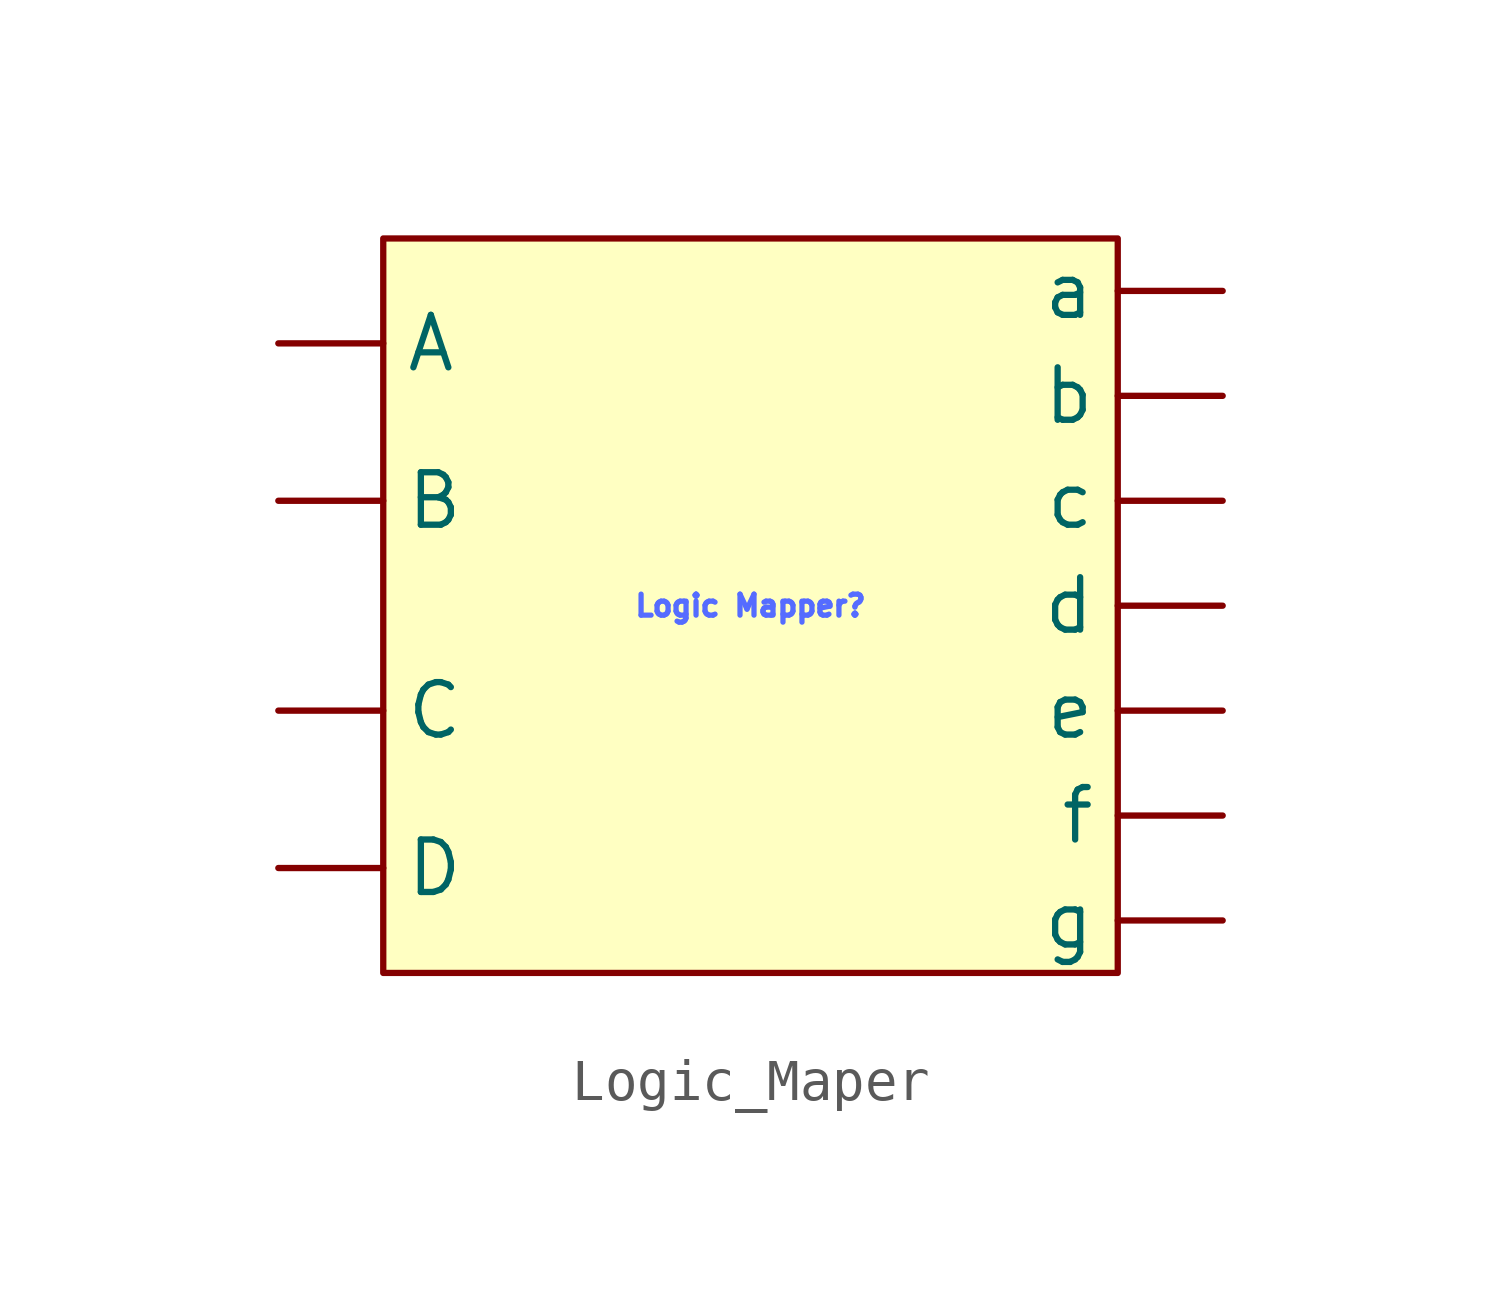
<source format=kicad_sym>
(kicad_symbol_lib
  (version 20231120)
  (generator "kicad_symbol_editor")
  (generator_version "8.0")
  (symbol "Logic_Maper"
    (property "Reference" "Logic Mapper"
      (at 0 0 0)
      (effects (font (size 0.508 0.508) (color 85 108 255 1))))
    (property "Value" ""
      (at 0 -2.54 0)
      (effects (font (size 1.27 1.27))))
    (symbol "Logic_Maper_1_1"
      (rectangle (start -8.89 8.89) (end 8.89 -8.89) (stroke (width 0) (type default)) (fill (type background)))
      (pin input line (at -11.43 6.35 0) (length 2.54) (name "A" (effects (font (size 1.27 1.27)))) (number "" (effects (font (size 1.27 1.27)))))
      (pin input line (at -11.43 2.54 0) (length 2.54) (name "B" (effects (font (size 1.27 1.27)))) (number "" (effects (font (size 1.27 1.27)))))
      (pin input line (at -11.43 -2.54 0) (length 2.54) (name "C" (effects (font (size 1.27 1.27)))) (number "" (effects (font (size 1.27 1.27)))))
      (pin input line (at -11.43 -6.35 0) (length 2.54) (name "D" (effects (font (size 1.27 1.27)))) (number "" (effects (font (size 1.27 1.27)))))
      (pin output line (at 11.43 7.62 180) (length 2.54) (name "a" (effects (font (size 1.27 1.27)))) (number "" (effects (font (size 1.27 1.27)))))
      (pin output line (at 11.43 5.08 180) (length 2.54) (name "b" (effects (font (size 1.27 1.27)))) (number "" (effects (font (size 1.27 1.27)))))
      (pin output line (at 11.43 2.54 180) (length 2.54) (name "c" (effects (font (size 1.27 1.27)))) (number "" (effects (font (size 1.27 1.27)))))
      (pin output line (at 11.43 0 180) (length 2.54) (name "d" (effects (font (size 1.27 1.27)))) (number "" (effects (font (size 1.27 1.27)))))
      (pin output line (at 11.43 -2.54 180) (length 2.54) (name "e" (effects (font (size 1.27 1.27)))) (number "" (effects (font (size 1.27 1.27)))))
      (pin output line (at 11.43 -5.08 180) (length 2.54) (name "f" (effects (font (size 1.27 1.27)))) (number "" (effects (font (size 1.27 1.27)))))
      (pin output line (at 11.43 -7.62 180) (length 2.54) (name "g" (effects (font (size 1.27 1.27)))) (number "" (effects (font (size 1.27 1.27))))))))
</source>
